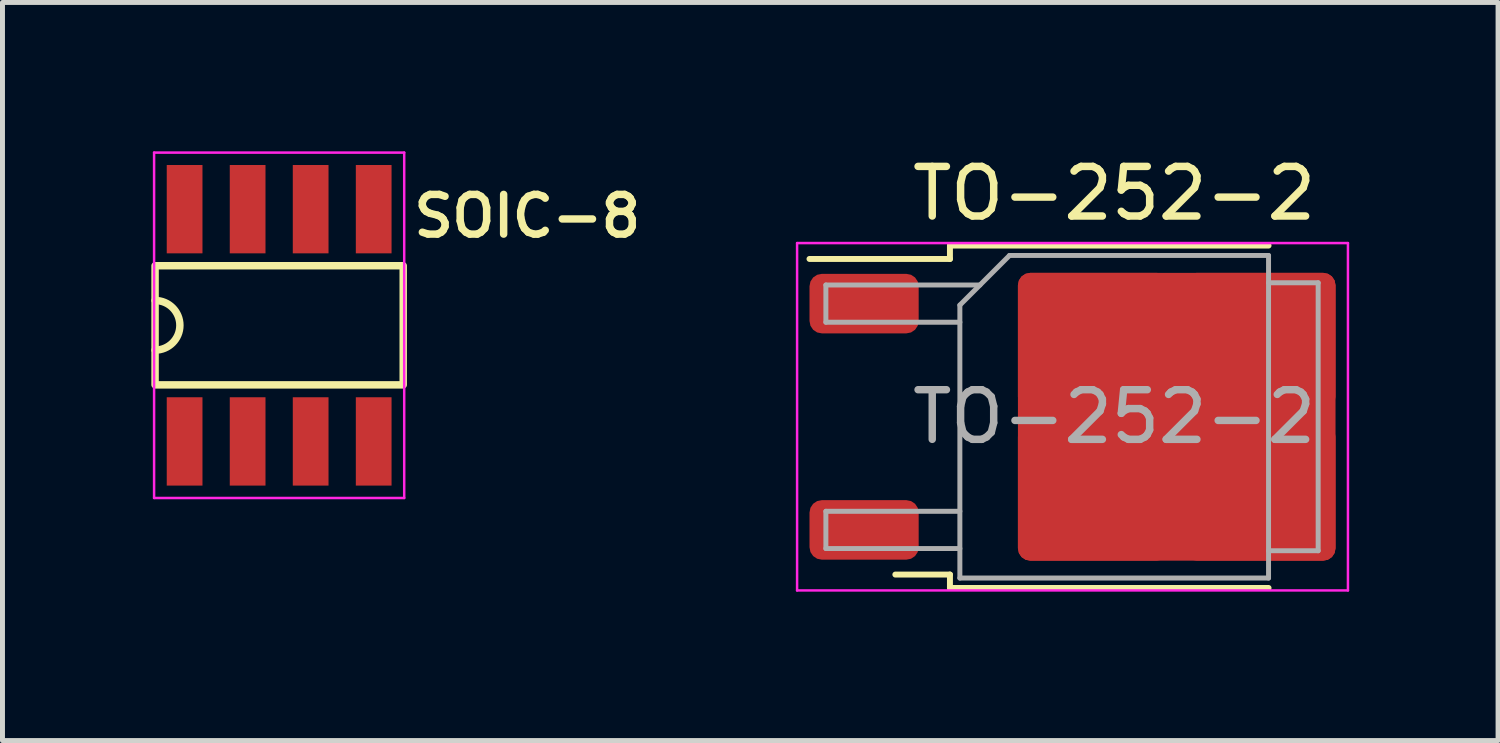
<source format=kicad_pcb>
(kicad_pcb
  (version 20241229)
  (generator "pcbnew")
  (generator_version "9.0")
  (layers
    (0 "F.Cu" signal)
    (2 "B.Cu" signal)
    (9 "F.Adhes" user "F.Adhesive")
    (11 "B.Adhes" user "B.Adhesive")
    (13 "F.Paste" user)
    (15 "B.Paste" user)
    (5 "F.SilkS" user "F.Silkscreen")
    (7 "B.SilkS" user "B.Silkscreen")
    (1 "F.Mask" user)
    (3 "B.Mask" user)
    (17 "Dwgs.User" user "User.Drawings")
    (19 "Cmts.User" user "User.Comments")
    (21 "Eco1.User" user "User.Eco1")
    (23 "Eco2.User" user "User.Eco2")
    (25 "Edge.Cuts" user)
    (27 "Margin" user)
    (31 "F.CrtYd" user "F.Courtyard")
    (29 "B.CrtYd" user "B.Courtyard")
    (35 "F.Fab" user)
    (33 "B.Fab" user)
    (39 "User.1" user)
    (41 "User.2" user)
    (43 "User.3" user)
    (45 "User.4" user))
  (footprint "TO-252-2"
    (layer "F.Cu")
    (at 19.402 5.348)
    (property "Reference" "TO-252-2" (at 0 -4.5 0) (layer "F.SilkS") (effects (font (size 1 1) (thickness 0.15))))
    (attr smd)
    (fp_line (start -3.31 -3.45) (end -3.31 -3.18) (stroke (width 0.12) (type solid)) (layer "F.SilkS"))
    (fp_line (start -3.31 -3.18) (end -6.14 -3.18) (stroke (width 0.12) (type solid)) (layer "F.SilkS"))
    (fp_line (start -3.31 3.18) (end -4.41 3.18) (stroke (width 0.12) (type solid)) (layer "F.SilkS"))
    (fp_line (start -3.31 3.45) (end -3.31 3.18) (stroke (width 0.12) (type solid)) (layer "F.SilkS"))
    (fp_line (start 3.11 -3.45) (end -3.31 -3.45) (stroke (width 0.12) (type solid)) (layer "F.SilkS"))
    (fp_line (start 3.11 3.45) (end -3.31 3.45) (stroke (width 0.12) (type solid)) (layer "F.SilkS"))
    (fp_line (start -6.39 -3.5) (end -6.39 3.5) (stroke (width 0.05) (type solid)) (layer "F.CrtYd"))
    (fp_line (start -6.39 3.5) (end 4.71 3.5) (stroke (width 0.05) (type solid)) (layer "F.CrtYd"))
    (fp_line (start 4.71 -3.5) (end -6.39 -3.5) (stroke (width 0.05) (type solid)) (layer "F.CrtYd"))
    (fp_line (start 4.71 3.5) (end 4.71 -3.5) (stroke (width 0.05) (type solid)) (layer "F.CrtYd"))
    (fp_line (start -5.81 -2.655) (end -5.81 -1.905) (stroke (width 0.1) (type solid)) (layer "F.Fab"))
    (fp_line (start -5.81 -1.905) (end -3.11 -1.905) (stroke (width 0.1) (type solid)) (layer "F.Fab"))
    (fp_line (start -5.81 1.905) (end -5.81 2.655) (stroke (width 0.1) (type solid)) (layer "F.Fab"))
    (fp_line (start -5.81 2.655) (end -3.11 2.655) (stroke (width 0.1) (type solid)) (layer "F.Fab"))
    (fp_line (start -3.11 -2.25) (end -2.11 -3.25) (stroke (width 0.1) (type solid)) (layer "F.Fab"))
    (fp_line (start -3.11 1.905) (end -5.81 1.905) (stroke (width 0.1) (type solid)) (layer "F.Fab"))
    (fp_line (start -3.11 3.25) (end -3.11 -2.25) (stroke (width 0.1) (type solid)) (layer "F.Fab"))
    (fp_line (start -2.705 -2.655) (end -5.81 -2.655) (stroke (width 0.1) (type solid)) (layer "F.Fab"))
    (fp_line (start -2.11 -3.25) (end 3.11 -3.25) (stroke (width 0.1) (type solid)) (layer "F.Fab"))
    (fp_line (start 3.11 -3.25) (end 3.11 3.25) (stroke (width 0.1) (type solid)) (layer "F.Fab"))
    (fp_line (start 3.11 -2.7) (end 4.11 -2.7) (stroke (width 0.1) (type solid)) (layer "F.Fab"))
    (fp_line (start 3.11 3.25) (end -3.11 3.25) (stroke (width 0.1) (type solid)) (layer "F.Fab"))
    (fp_line (start 4.11 -2.7) (end 4.11 2.7) (stroke (width 0.1) (type solid)) (layer "F.Fab"))
    (fp_line (start 4.11 2.7) (end 3.11 2.7) (stroke (width 0.1) (type solid)) (layer "F.Fab"))
    (fp_text user "${REFERENCE}" (at 0 0 0) (layer "F.Fab") (effects (font (size 1 1) (thickness 0.15))))
    (pad "1" smd roundrect (at -5.04 -2.28) (size 2.2 1.2) (layers "F.Cu" "F.Mask" "F.Paste") (roundrect_rratio 0.208))
    (pad "2" smd roundrect (at -0.415 -1.525) (size 3.05 2.75) (layers "F.Cu" "F.Paste") (roundrect_rratio 0.091))
    (pad "2" smd roundrect (at -0.415 1.525) (size 3.05 2.75) (layers "F.Cu" "F.Paste") (roundrect_rratio 0.091))
    (pad "2" smd roundrect (at 1.26 0) (size 6.4 5.8) (layers "F.Cu" "F.Mask") (roundrect_rratio 0.043))
    (pad "2" smd roundrect (at 2.935 -1.525) (size 3.05 2.75) (layers "F.Cu" "F.Paste") (roundrect_rratio 0.091))
    (pad "2" smd roundrect (at 2.935 1.525) (size 3.05 2.75) (layers "F.Cu" "F.Paste") (roundrect_rratio 0.091))
    (pad "3" smd roundrect (at -5.04 2.28) (size 2.2 1.2) (layers "F.Cu" "F.Mask" "F.Paste") (roundrect_rratio 0.208)))
  (footprint "SOIC-8"
    (layer "F.Cu")
    (at 2.575 3.505)
    (property "Reference" "SOIC-8" (at 5 -2.2 0) (layer "F.SilkS") (effects (font (size 0.8 0.8) (thickness 0.15))))
    (attr smd)
    (fp_rect (start -2.5 -1.2) (end 2.5 1.2) (stroke (width 0.15) (type default)) (fill no) (layer "F.SilkS"))
    (fp_arc (start -2.5 -0.5) (mid -2 0) (end -2.5 0.5) (stroke (width 0.15) (type default)) (layer "F.SilkS"))
    (fp_line (start -2.52 -3.48) (end 2.52 -3.48) (stroke (width 0.05) (type default)) (layer "F.CrtYd"))
    (fp_line (start -2.52 3.48) (end -2.52 -3.48) (stroke (width 0.05) (type default)) (layer "F.CrtYd"))
    (fp_line (start 2.52 -3.48) (end 2.52 3.48) (stroke (width 0.05) (type default)) (layer "F.CrtYd"))
    (fp_line (start 2.52 3.48) (end -2.52 3.48) (stroke (width 0.05) (type default)) (layer "F.CrtYd"))
    (pad "1" smd rect (at -1.905 2.34) (size 0.72 1.78) (layers "F.Cu" "F.Mask" "F.Paste"))
    (pad "2" smd rect (at -0.635 2.34) (size 0.72 1.78) (layers "F.Cu" "F.Mask" "F.Paste"))
    (pad "3" smd rect (at 0.635 2.34) (size 0.72 1.78) (layers "F.Cu" "F.Mask" "F.Paste"))
    (pad "4" smd rect (at 1.905 2.34) (size 0.72 1.78) (layers "F.Cu" "F.Mask" "F.Paste"))
    (pad "5" smd rect (at 1.905 -2.34) (size 0.72 1.78) (layers "F.Cu" "F.Mask" "F.Paste"))
    (pad "6" smd rect (at 0.635 -2.34) (size 0.72 1.78) (layers "F.Cu" "F.Mask" "F.Paste"))
    (pad "7" smd rect (at -0.635 -2.34) (size 0.72 1.78) (layers "F.Cu" "F.Mask" "F.Paste"))
    (pad "8" smd rect (at -1.905 -2.34) (size 0.72 1.78) (layers "F.Cu" "F.Mask" "F.Paste")))
  (gr_rect
    (start -3 -3)
    (end 27.137 11.873)
    (stroke (width 0.1) (type default))
    (fill no)
    (layer "Edge.Cuts")))
</source>
